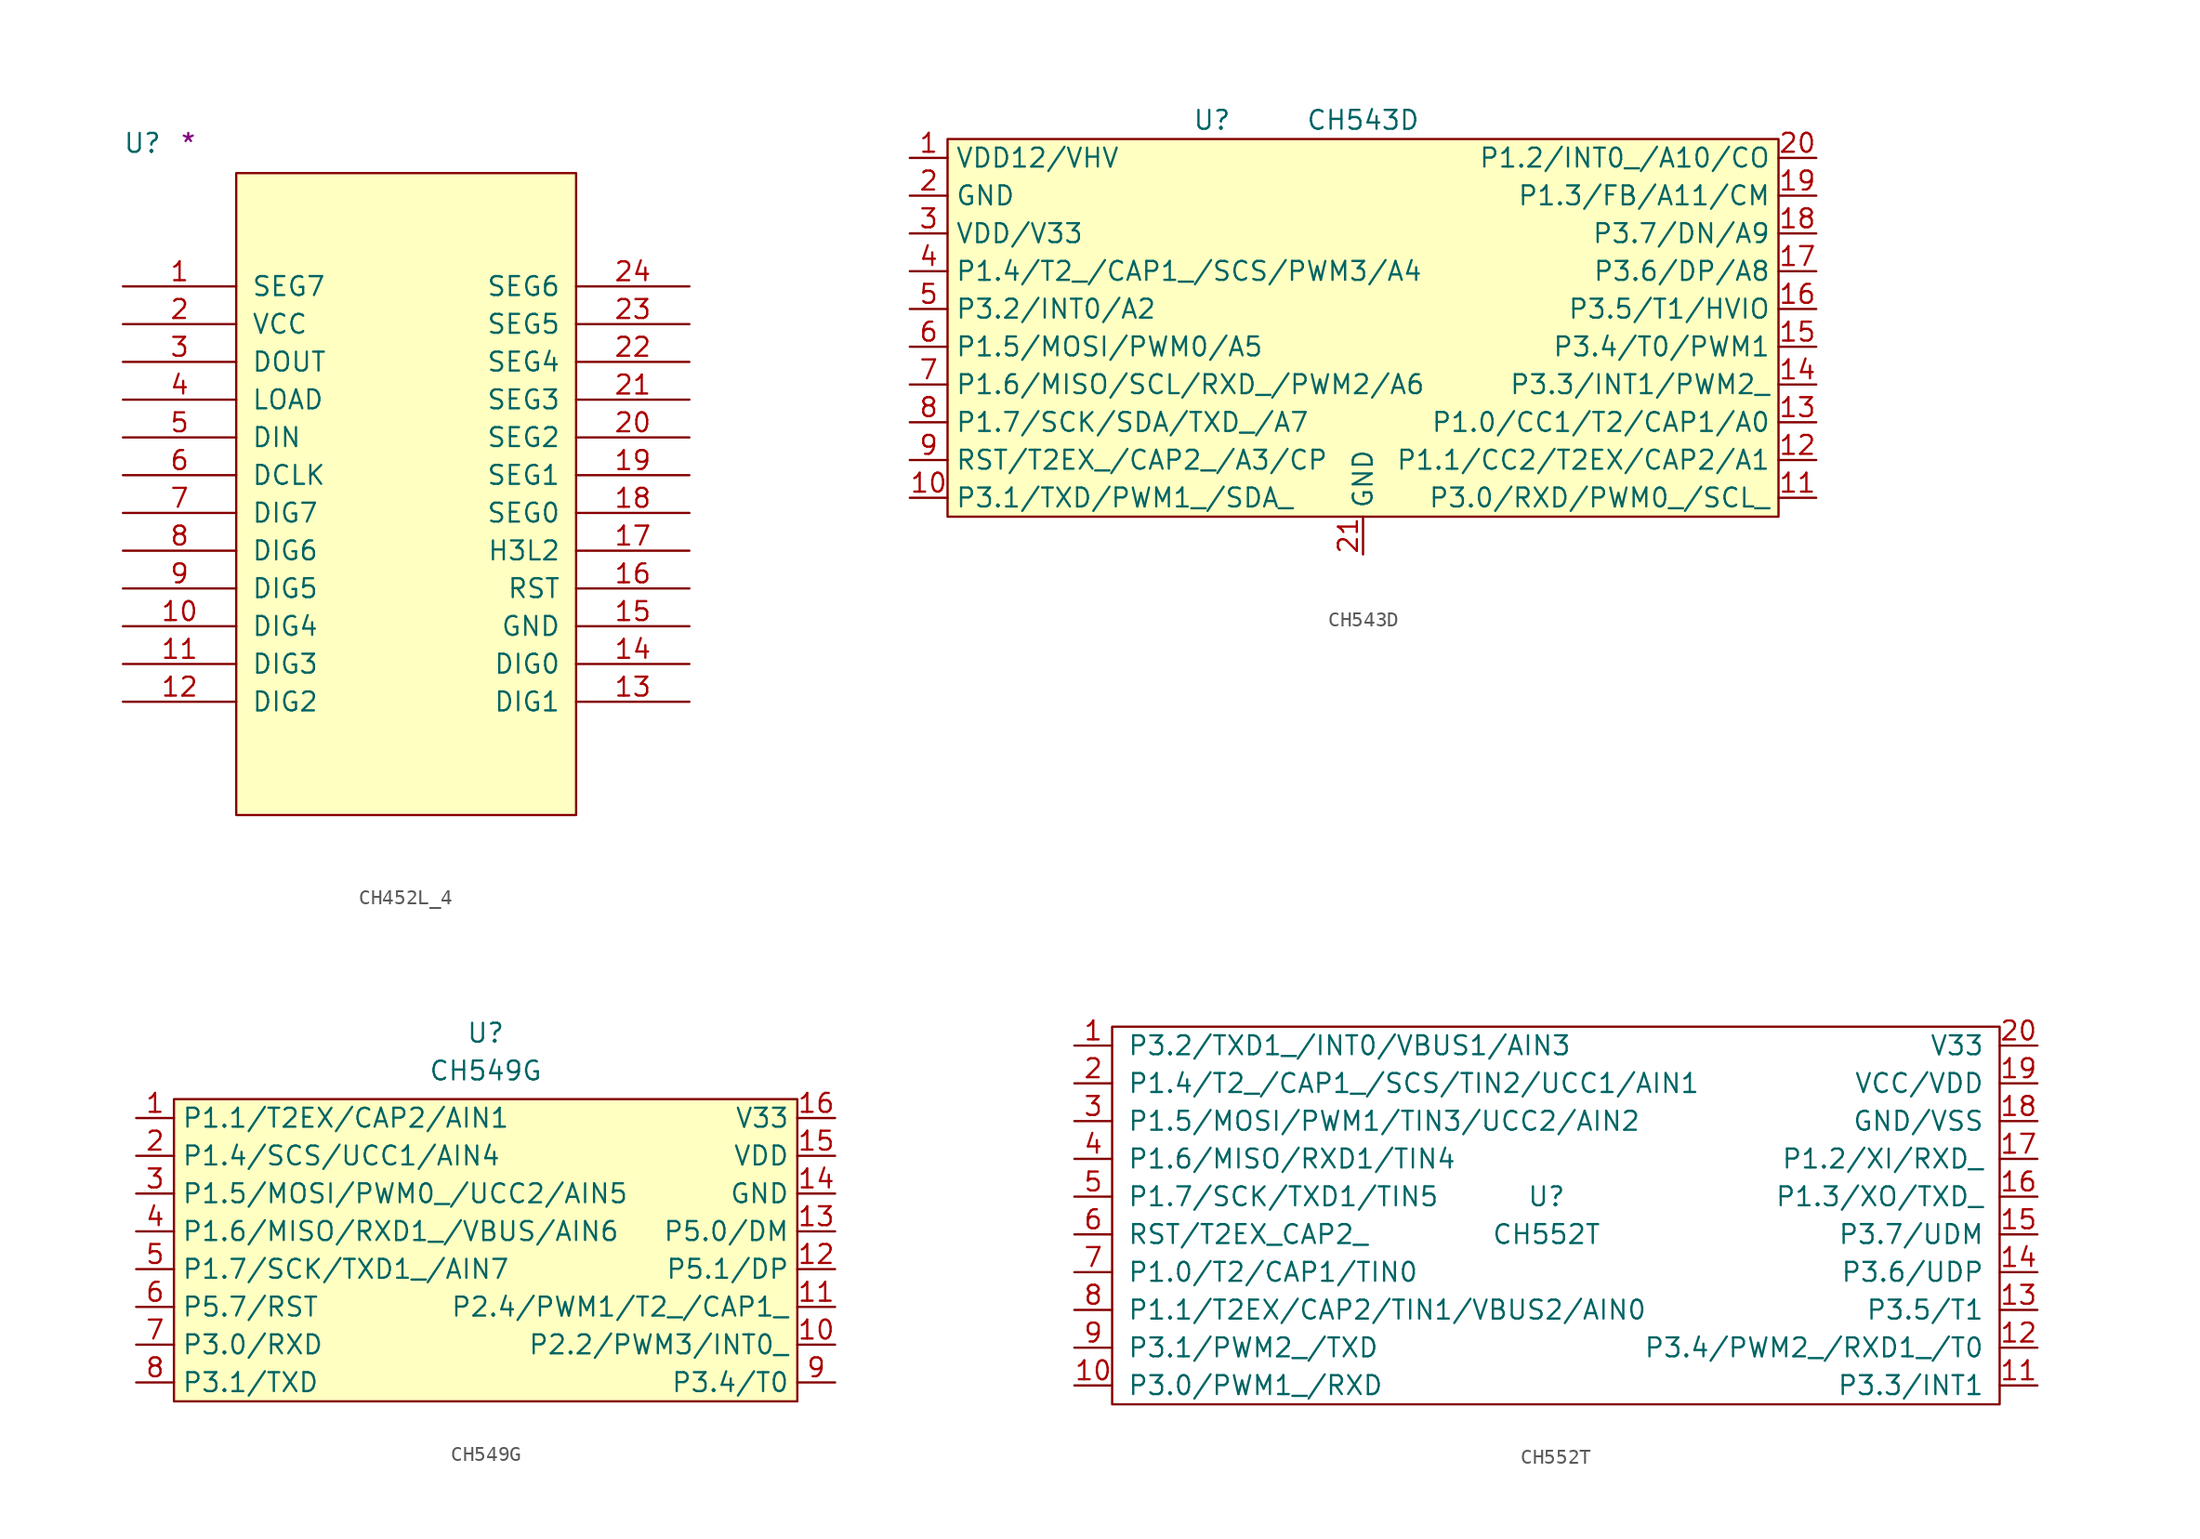
<source format=kicad_sym>
(kicad_symbol_lib
  (version 20211014)
  (generator kicad_symbol_editor)
  (symbol "CH452L_4"
    (pin_names
      (offset 1.016))
    (property "Reference" "U"
      (at -7.62 1.27 0)
      (effects (font (size 1.27 1.27)) (justify left bottom)))
    (property "Comment" "*"
      (at -3.81 1.27 0)
      (effects (font (size 1.27 1.27)) (justify left bottom)))
    (symbol "CH452L_4_1_1"
      (rectangle (start 0 -43.18) (end 22.86 0) (stroke (width 0) (type default) (color 0 0 0 0)) (fill (type background)))
      (pin bidirectional line (at -7.62 -7.62 0) (length 7.62) (name "SEG7" (effects (font (size 1.27 1.27)))) (number "1" (effects (font (size 1.27 1.27)))))
      (pin output line (at -7.62 -30.48 0) (length 7.62) (name "DIG4" (effects (font (size 1.27 1.27)))) (number "10" (effects (font (size 1.27 1.27)))))
      (pin output line (at -7.62 -33.02 0) (length 7.62) (name "DIG3" (effects (font (size 1.27 1.27)))) (number "11" (effects (font (size 1.27 1.27)))))
      (pin output line (at -7.62 -35.56 0) (length 7.62) (name "DIG2" (effects (font (size 1.27 1.27)))) (number "12" (effects (font (size 1.27 1.27)))))
      (pin output line (at 30.48 -35.56 180) (length 7.62) (name "DIG1" (effects (font (size 1.27 1.27)))) (number "13" (effects (font (size 1.27 1.27)))))
      (pin output line (at 30.48 -33.02 180) (length 7.62) (name "DIG0" (effects (font (size 1.27 1.27)))) (number "14" (effects (font (size 1.27 1.27)))))
      (pin power_in line (at 30.48 -30.48 180) (length 7.62) (name "GND" (effects (font (size 1.27 1.27)))) (number "15" (effects (font (size 1.27 1.27)))))
      (pin output line (at 30.48 -27.94 180) (length 7.62) (name "RST" (effects (font (size 1.27 1.27)))) (number "16" (effects (font (size 1.27 1.27)))))
      (pin input line (at 30.48 -25.4 180) (length 7.62) (name "H3L2" (effects (font (size 1.27 1.27)))) (number "17" (effects (font (size 1.27 1.27)))))
      (pin bidirectional line (at 30.48 -22.86 180) (length 7.62) (name "SEG0" (effects (font (size 1.27 1.27)))) (number "18" (effects (font (size 1.27 1.27)))))
      (pin bidirectional line (at 30.48 -20.32 180) (length 7.62) (name "SEG1" (effects (font (size 1.27 1.27)))) (number "19" (effects (font (size 1.27 1.27)))))
      (pin power_in line (at -7.62 -10.16 0) (length 7.62) (name "VCC" (effects (font (size 1.27 1.27)))) (number "2" (effects (font (size 1.27 1.27)))))
      (pin bidirectional line (at 30.48 -17.78 180) (length 7.62) (name "SEG2" (effects (font (size 1.27 1.27)))) (number "20" (effects (font (size 1.27 1.27)))))
      (pin bidirectional line (at 30.48 -15.24 180) (length 7.62) (name "SEG3" (effects (font (size 1.27 1.27)))) (number "21" (effects (font (size 1.27 1.27)))))
      (pin bidirectional line (at 30.48 -12.7 180) (length 7.62) (name "SEG4" (effects (font (size 1.27 1.27)))) (number "22" (effects (font (size 1.27 1.27)))))
      (pin bidirectional line (at 30.48 -10.16 180) (length 7.62) (name "SEG5" (effects (font (size 1.27 1.27)))) (number "23" (effects (font (size 1.27 1.27)))))
      (pin bidirectional line (at 30.48 -7.62 180) (length 7.62) (name "SEG6" (effects (font (size 1.27 1.27)))) (number "24" (effects (font (size 1.27 1.27)))))
      (pin output line (at -7.62 -12.7 0) (length 7.62) (name "DOUT" (effects (font (size 1.27 1.27)))) (number "3" (effects (font (size 1.27 1.27)))))
      (pin input line (at -7.62 -15.24 0) (length 7.62) (name "LOAD" (effects (font (size 1.27 1.27)))) (number "4" (effects (font (size 1.27 1.27)))))
      (pin bidirectional line (at -7.62 -17.78 0) (length 7.62) (name "DIN" (effects (font (size 1.27 1.27)))) (number "5" (effects (font (size 1.27 1.27)))))
      (pin input line (at -7.62 -20.32 0) (length 7.62) (name "DCLK" (effects (font (size 1.27 1.27)))) (number "6" (effects (font (size 1.27 1.27)))))
      (pin output line (at -7.62 -22.86 0) (length 7.62) (name "DIG7" (effects (font (size 1.27 1.27)))) (number "7" (effects (font (size 1.27 1.27)))))
      (pin output line (at -7.62 -25.4 0) (length 7.62) (name "DIG6" (effects (font (size 1.27 1.27)))) (number "8" (effects (font (size 1.27 1.27)))))
      (pin output line (at -7.62 -27.94 0) (length 7.62) (name "DIG5" (effects (font (size 1.27 1.27)))) (number "9" (effects (font (size 1.27 1.27)))))))
  (symbol "CH543D"
    (property "Reference" "U"
      (at -10.16 13.97 0)
      (effects (font (size 1.27 1.27))))
    (property "Value" "CH543D"
      (at 0 13.97 0)
      (effects (font (size 1.27 1.27))))
    (symbol "CH543D_0_1"
      (rectangle (start -27.94 12.7) (end 27.94 -12.7) (stroke (width 0) (type default) (color 0 0 0 0)) (fill (type background))))
    (symbol "CH543D_1_1"
      (pin power_in line (at -30.48 11.43 0) (length 2.54) (name "VDD12/VHV" (effects (font (size 1.27 1.27)))) (number "1" (effects (font (size 1.27 1.27)))))
      (pin bidirectional line (at -30.48 -11.43 0) (length 2.54) (name "P3.1/TXD/PWM1_/SDA_" (effects (font (size 1.27 1.27)))) (number "10" (effects (font (size 1.27 1.27)))))
      (pin bidirectional line (at 30.48 -11.43 180) (length 2.54) (name "P3.0/RXD/PWM0_/SCL_" (effects (font (size 1.27 1.27)))) (number "11" (effects (font (size 1.27 1.27)))))
      (pin bidirectional line (at 30.48 -8.89 180) (length 2.54) (name "P1.1/CC2/T2EX/CAP2/A1" (effects (font (size 1.27 1.27)))) (number "12" (effects (font (size 1.27 1.27)))))
      (pin bidirectional line (at 30.48 -6.35 180) (length 2.54) (name "P1.0/CC1/T2/CAP1/A0" (effects (font (size 1.27 1.27)))) (number "13" (effects (font (size 1.27 1.27)))))
      (pin bidirectional line (at 30.48 -3.81 180) (length 2.54) (name "P3.3/INT1/PWM2_" (effects (font (size 1.27 1.27)))) (number "14" (effects (font (size 1.27 1.27)))))
      (pin bidirectional line (at 30.48 -1.27 180) (length 2.54) (name "P3.4/T0/PWM1" (effects (font (size 1.27 1.27)))) (number "15" (effects (font (size 1.27 1.27)))))
      (pin bidirectional line (at 30.48 1.27 180) (length 2.54) (name "P3.5/T1/HVIO" (effects (font (size 1.27 1.27)))) (number "16" (effects (font (size 1.27 1.27)))))
      (pin bidirectional line (at 30.48 3.81 180) (length 2.54) (name "P3.6/DP/A8" (effects (font (size 1.27 1.27)))) (number "17" (effects (font (size 1.27 1.27)))))
      (pin bidirectional line (at 30.48 6.35 180) (length 2.54) (name "P3.7/DN/A9" (effects (font (size 1.27 1.27)))) (number "18" (effects (font (size 1.27 1.27)))))
      (pin bidirectional line (at 30.48 8.89 180) (length 2.54) (name "P1.3/FB/A11/CM" (effects (font (size 1.27 1.27)))) (number "19" (effects (font (size 1.27 1.27)))))
      (pin power_in line (at -30.48 8.89 0) (length 2.54) (name "GND" (effects (font (size 1.27 1.27)))) (number "2" (effects (font (size 1.27 1.27)))))
      (pin bidirectional line (at 30.48 11.43 180) (length 2.54) (name "P1.2/INT0_/A10/CO" (effects (font (size 1.27 1.27)))) (number "20" (effects (font (size 1.27 1.27)))))
      (pin power_in line (at 0 -15.24 90) (length 2.54) (name "GND" (effects (font (size 1.27 1.27)))) (number "21" (effects (font (size 1.27 1.27)))))
      (pin power_in line (at -30.48 6.35 0) (length 2.54) (name "VDD/V33" (effects (font (size 1.27 1.27)))) (number "3" (effects (font (size 1.27 1.27)))))
      (pin bidirectional line (at -30.48 3.81 0) (length 2.54) (name "P1.4/T2_/CAP1_/SCS/PWM3/A4" (effects (font (size 1.27 1.27)))) (number "4" (effects (font (size 1.27 1.27)))))
      (pin bidirectional line (at -30.48 1.27 0) (length 2.54) (name "P3.2/INT0/A2" (effects (font (size 1.27 1.27)))) (number "5" (effects (font (size 1.27 1.27)))))
      (pin bidirectional line (at -30.48 -1.27 0) (length 2.54) (name "P1.5/MOSI/PWM0/A5" (effects (font (size 1.27 1.27)))) (number "6" (effects (font (size 1.27 1.27)))))
      (pin bidirectional line (at -30.48 -3.81 0) (length 2.54) (name "P1.6/MISO/SCL/RXD_/PWM2/A6" (effects (font (size 1.27 1.27)))) (number "7" (effects (font (size 1.27 1.27)))))
      (pin bidirectional line (at -30.48 -6.35 0) (length 2.54) (name "P1.7/SCK/SDA/TXD_/A7" (effects (font (size 1.27 1.27)))) (number "8" (effects (font (size 1.27 1.27)))))
      (pin bidirectional line (at -30.48 -8.89 0) (length 2.54) (name "RST/T2EX_/CAP2_/A3/CP" (effects (font (size 1.27 1.27)))) (number "9" (effects (font (size 1.27 1.27)))))))
  (symbol "CH549G"
    (property "Reference" "U"
      (at 0 14.605 0)
      (effects (font (size 1.27 1.27))))
    (property "Value" "CH549G"
      (at 0 12.065 0)
      (effects (font (size 1.27 1.27))))
    (symbol "CH549G_0_1"
      (rectangle (start -20.955 10.16) (end 20.955 -10.16) (stroke (width 0) (type default) (color 0 0 0 0)) (fill (type background))))
    (symbol "CH549G_1_1"
      (pin bidirectional line (at -23.495 8.89 0) (length 2.54) (name "P1.1/T2EX/CAP2/AIN1" (effects (font (size 1.27 1.27)))) (number "1" (effects (font (size 1.27 1.27)))))
      (pin bidirectional line (at 23.495 -6.35 180) (length 2.54) (name "P2.2/PWM3/INT0_" (effects (font (size 1.27 1.27)))) (number "10" (effects (font (size 1.27 1.27)))))
      (pin bidirectional line (at 23.495 -3.81 180) (length 2.54) (name "P2.4/PWM1/T2_/CAP1_" (effects (font (size 1.27 1.27)))) (number "11" (effects (font (size 1.27 1.27)))))
      (pin bidirectional line (at 23.495 -1.27 180) (length 2.54) (name "P5.1/DP" (effects (font (size 1.27 1.27)))) (number "12" (effects (font (size 1.27 1.27)))))
      (pin bidirectional line (at 23.495 1.27 180) (length 2.54) (name "P5.0/DM" (effects (font (size 1.27 1.27)))) (number "13" (effects (font (size 1.27 1.27)))))
      (pin power_in line (at 23.495 3.81 180) (length 2.54) (name "GND" (effects (font (size 1.27 1.27)))) (number "14" (effects (font (size 1.27 1.27)))))
      (pin power_in line (at 23.495 6.35 180) (length 2.54) (name "VDD" (effects (font (size 1.27 1.27)))) (number "15" (effects (font (size 1.27 1.27)))))
      (pin power_in line (at 23.495 8.89 180) (length 2.54) (name "V33" (effects (font (size 1.27 1.27)))) (number "16" (effects (font (size 1.27 1.27)))))
      (pin bidirectional line (at -23.495 6.35 0) (length 2.54) (name "P1.4/SCS/UCC1/AIN4" (effects (font (size 1.27 1.27)))) (number "2" (effects (font (size 1.27 1.27)))))
      (pin bidirectional line (at -23.495 3.81 0) (length 2.54) (name "P1.5/MOSI/PWM0_/UCC2/AIN5" (effects (font (size 1.27 1.27)))) (number "3" (effects (font (size 1.27 1.27)))))
      (pin bidirectional line (at -23.495 1.27 0) (length 2.54) (name "P1.6/MISO/RXD1_/VBUS/AIN6" (effects (font (size 1.27 1.27)))) (number "4" (effects (font (size 1.27 1.27)))))
      (pin bidirectional line (at -23.495 -1.27 0) (length 2.54) (name "P1.7/SCK/TXD1_/AIN7" (effects (font (size 1.27 1.27)))) (number "5" (effects (font (size 1.27 1.27)))))
      (pin bidirectional line (at -23.495 -3.81 0) (length 2.54) (name "P5.7/RST" (effects (font (size 1.27 1.27)))) (number "6" (effects (font (size 1.27 1.27)))))
      (pin bidirectional line (at -23.495 -6.35 0) (length 2.54) (name "P3.0/RXD" (effects (font (size 1.27 1.27)))) (number "7" (effects (font (size 1.27 1.27)))))
      (pin bidirectional line (at -23.495 -8.89 0) (length 2.54) (name "P3.1/TXD" (effects (font (size 1.27 1.27)))) (number "8" (effects (font (size 1.27 1.27)))))
      (pin bidirectional line (at 23.495 -8.89 180) (length 2.54) (name "P3.4/T0" (effects (font (size 1.27 1.27)))) (number "9" (effects (font (size 1.27 1.27)))))))
  (symbol "CH552T"
    (pin_names
      (offset 1.016))
    (property "Reference" "U"
      (at 0 1.27 0)
      (effects (font (size 1.27 1.27))))
    (property "Value" "CH552T"
      (at 0 -1.27 0)
      (effects (font (size 1.27 1.27))))
    (symbol "CH552T_0_1"
      (rectangle (start -29.21 12.7) (end 30.48 -12.7) (stroke (width 0) (type default) (color 0 0 0 0)) (fill (type none))))
    (symbol "CH552T_1_1"
      (pin bidirectional line (at -31.75 11.43 0) (length 2.54) (name "P3.2/TXD1_/INT0/VBUS1/AIN3" (effects (font (size 1.27 1.27)))) (number "1" (effects (font (size 1.27 1.27)))))
      (pin bidirectional line (at -31.75 -11.43 0) (length 2.54) (name "P3.0/PWM1_/RXD" (effects (font (size 1.27 1.27)))) (number "10" (effects (font (size 1.27 1.27)))))
      (pin bidirectional line (at 33.02 -11.43 180) (length 2.54) (name "P3.3/INT1" (effects (font (size 1.27 1.27)))) (number "11" (effects (font (size 1.27 1.27)))))
      (pin bidirectional line (at 33.02 -8.89 180) (length 2.54) (name "P3.4/PWM2_/RXD1_/T0" (effects (font (size 1.27 1.27)))) (number "12" (effects (font (size 1.27 1.27)))))
      (pin bidirectional line (at 33.02 -6.35 180) (length 2.54) (name "P3.5/T1" (effects (font (size 1.27 1.27)))) (number "13" (effects (font (size 1.27 1.27)))))
      (pin bidirectional line (at 33.02 -3.81 180) (length 2.54) (name "P3.6/UDP" (effects (font (size 1.27 1.27)))) (number "14" (effects (font (size 1.27 1.27)))))
      (pin bidirectional line (at 33.02 -1.27 180) (length 2.54) (name "P3.7/UDM" (effects (font (size 1.27 1.27)))) (number "15" (effects (font (size 1.27 1.27)))))
      (pin bidirectional line (at 33.02 1.27 180) (length 2.54) (name "P1.3/XO/TXD_" (effects (font (size 1.27 1.27)))) (number "16" (effects (font (size 1.27 1.27)))))
      (pin bidirectional line (at 33.02 3.81 180) (length 2.54) (name "P1.2/XI/RXD_" (effects (font (size 1.27 1.27)))) (number "17" (effects (font (size 1.27 1.27)))))
      (pin power_in line (at 33.02 6.35 180) (length 2.54) (name "GND/VSS" (effects (font (size 1.27 1.27)))) (number "18" (effects (font (size 1.27 1.27)))))
      (pin power_in line (at 33.02 8.89 180) (length 2.54) (name "VCC/VDD" (effects (font (size 1.27 1.27)))) (number "19" (effects (font (size 1.27 1.27)))))
      (pin bidirectional line (at -31.75 8.89 0) (length 2.54) (name "P1.4/T2_/CAP1_/SCS/TIN2/UCC1/AIN1" (effects (font (size 1.27 1.27)))) (number "2" (effects (font (size 1.27 1.27)))))
      (pin power_in line (at 33.02 11.43 180) (length 2.54) (name "V33" (effects (font (size 1.27 1.27)))) (number "20" (effects (font (size 1.27 1.27)))))
      (pin bidirectional line (at -31.75 6.35 0) (length 2.54) (name "P1.5/MOSI/PWM1/TIN3/UCC2/AIN2" (effects (font (size 1.27 1.27)))) (number "3" (effects (font (size 1.27 1.27)))))
      (pin bidirectional line (at -31.75 3.81 0) (length 2.54) (name "P1.6/MISO/RXD1/TIN4" (effects (font (size 1.27 1.27)))) (number "4" (effects (font (size 1.27 1.27)))))
      (pin bidirectional line (at -31.75 1.27 0) (length 2.54) (name "P1.7/SCK/TXD1/TIN5" (effects (font (size 1.27 1.27)))) (number "5" (effects (font (size 1.27 1.27)))))
      (pin bidirectional line (at -31.75 -1.27 0) (length 2.54) (name "RST/T2EX_CAP2_" (effects (font (size 1.27 1.27)))) (number "6" (effects (font (size 1.27 1.27)))))
      (pin bidirectional line (at -31.75 -3.81 0) (length 2.54) (name "P1.0/T2/CAP1/TIN0" (effects (font (size 1.27 1.27)))) (number "7" (effects (font (size 1.27 1.27)))))
      (pin bidirectional line (at -31.75 -6.35 0) (length 2.54) (name "P1.1/T2EX/CAP2/TIN1/VBUS2/AIN0" (effects (font (size 1.27 1.27)))) (number "8" (effects (font (size 1.27 1.27)))))
      (pin bidirectional line (at -31.75 -8.89 0) (length 2.54) (name "P3.1/PWM2_/TXD" (effects (font (size 1.27 1.27)))) (number "9" (effects (font (size 1.27 1.27))))))))
</source>
